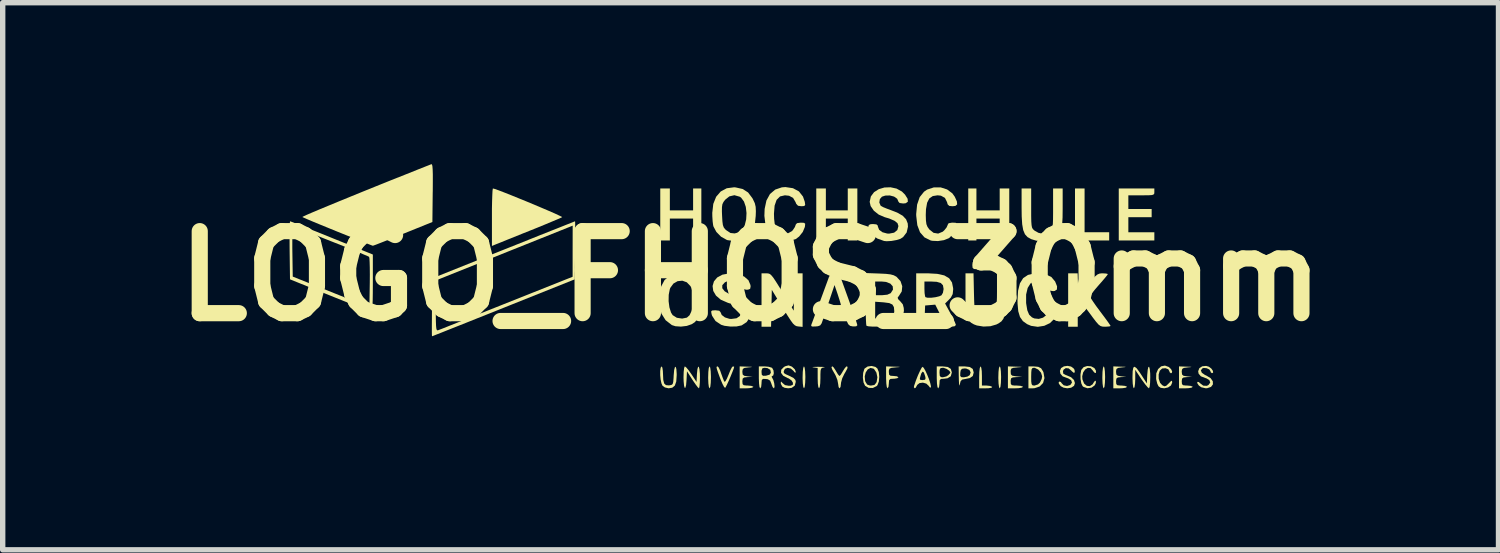
<source format=kicad_pcb>
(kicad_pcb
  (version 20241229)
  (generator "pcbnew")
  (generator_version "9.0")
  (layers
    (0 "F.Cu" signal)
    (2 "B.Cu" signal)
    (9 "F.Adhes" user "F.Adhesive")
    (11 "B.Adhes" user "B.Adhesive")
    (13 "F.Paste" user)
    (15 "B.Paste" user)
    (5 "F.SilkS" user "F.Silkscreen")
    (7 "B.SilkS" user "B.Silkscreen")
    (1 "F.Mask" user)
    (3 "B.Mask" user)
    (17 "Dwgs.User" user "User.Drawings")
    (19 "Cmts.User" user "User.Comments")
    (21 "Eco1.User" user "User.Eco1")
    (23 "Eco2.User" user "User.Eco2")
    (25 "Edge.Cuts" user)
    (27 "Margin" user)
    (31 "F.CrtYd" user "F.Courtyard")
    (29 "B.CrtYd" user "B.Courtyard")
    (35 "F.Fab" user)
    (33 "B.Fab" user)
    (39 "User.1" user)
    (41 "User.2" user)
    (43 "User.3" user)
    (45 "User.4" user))
  (footprint "LOGO_FHOS_30mm"
    (layer "F.Cu")
    (at 10.893 2.078)
    (property "Reference" "LOGO_FHOS_30mm" (at 0 0 0) (layer "F.SilkS") (effects (font (size 1.524 1.524) (thickness 0.3))))
    (attr board_only exclude_from_pos_files exclude_from_bom)
    (fp_poly (pts (xy 6.204 -0.814) (xy 6.661 -0.814) (xy 6.661 -0.661) (xy 6.026 -0.661) (xy 6.026 -1.627) (xy 6.204 -1.627)) (stroke (width 0) (type solid)) (fill yes) (layer "F.SilkS"))
    (fp_poly (pts (xy -1.5 -1.22) (xy -1.068 -1.22) (xy -1.068 -1.627) (xy -0.915 -1.627) (xy -0.915 -0.661) (xy -1.068 -0.661) (xy -1.068 -1.068) (xy -1.5 -1.068) (xy -1.5 -0.661) (xy -1.678 -0.661) (xy -1.678 -1.627) (xy -1.5 -1.627)) (stroke (width 0) (type solid)) (fill yes) (layer "F.SilkS"))
    (fp_poly (pts (xy 1.398 -1.22) (xy 1.805 -1.22) (xy 1.805 -1.627) (xy 1.983 -1.627) (xy 1.983 -0.661) (xy 1.805 -0.661) (xy 1.805 -1.068) (xy 1.398 -1.068) (xy 1.398 -0.661) (xy 1.22 -0.661) (xy 1.22 -1.627) (xy 1.398 -1.627)) (stroke (width 0) (type solid)) (fill yes) (layer "F.SilkS"))
    (fp_poly (pts (xy 4.195 -1.22) (xy 4.627 -1.22) (xy 4.627 -1.627) (xy 4.805 -1.627) (xy 4.805 -0.661) (xy 4.627 -0.661) (xy 4.627 -1.068) (xy 4.195 -1.068) (xy 4.195 -0.661) (xy 4.043 -0.661) (xy 4.043 -1.627) (xy 4.195 -1.627)) (stroke (width 0) (type solid)) (fill yes) (layer "F.SilkS"))
    (fp_poly (pts (xy 4.268 -0.275) (xy 4.292 -0.254) (xy 4.297 -0.203) (xy 4.292 -0.152) (xy 4.267 -0.131) (xy 4.208 -0.127) (xy 4.148 -0.131) (xy 4.124 -0.153) (xy 4.119 -0.203) (xy 4.124 -0.255) (xy 4.149 -0.276) (xy 4.208 -0.28)) (stroke (width 0) (type solid)) (fill yes) (layer "F.SilkS"))
    (fp_poly (pts (xy 4.573 -0.275) (xy 4.597 -0.254) (xy 4.602 -0.203) (xy 4.597 -0.152) (xy 4.572 -0.131) (xy 4.513 -0.127) (xy 4.453 -0.131) (xy 4.429 -0.153) (xy 4.424 -0.203) (xy 4.429 -0.255) (xy 4.454 -0.276) (xy 4.513 -0.28)) (stroke (width 0) (type solid)) (fill yes) (layer "F.SilkS"))
    (fp_poly (pts (xy -0.75 1.702) (xy -0.741 1.767) (xy -0.737 1.863) (xy -0.737 1.881) (xy -0.74 1.982) (xy -0.748 2.053) (xy -0.76 2.084) (xy -0.763 2.085) (xy -0.775 2.061) (xy -0.784 1.996) (xy -0.788 1.9) (xy -0.788 1.881) (xy -0.785 1.781) (xy -0.777 1.71) (xy -0.765 1.679) (xy -0.763 1.678)) (stroke (width 0) (type solid)) (fill yes) (layer "F.SilkS"))
    (fp_poly (pts (xy 1.004 1.702) (xy 1.013 1.767) (xy 1.017 1.863) (xy 1.017 1.881) (xy 1.014 1.982) (xy 1.006 2.053) (xy 0.994 2.084) (xy 0.992 2.085) (xy 0.979 2.061) (xy 0.97 1.996) (xy 0.966 1.9) (xy 0.966 1.881) (xy 0.969 1.781) (xy 0.977 1.71) (xy 0.989 1.679) (xy 0.992 1.678)) (stroke (width 0) (type solid)) (fill yes) (layer "F.SilkS"))
    (fp_poly (pts (xy 4.64 1.702) (xy 4.649 1.767) (xy 4.653 1.863) (xy 4.653 1.881) (xy 4.65 1.982) (xy 4.642 2.053) (xy 4.63 2.084) (xy 4.627 2.085) (xy 4.615 2.061) (xy 4.606 1.996) (xy 4.602 1.9) (xy 4.602 1.881) (xy 4.605 1.781) (xy 4.613 1.71) (xy 4.625 1.679) (xy 4.627 1.678)) (stroke (width 0) (type solid)) (fill yes) (layer "F.SilkS"))
    (fp_poly (pts (xy 6.572 1.702) (xy 6.581 1.767) (xy 6.585 1.863) (xy 6.585 1.881) (xy 6.582 1.982) (xy 6.574 2.053) (xy 6.562 2.084) (xy 6.56 2.085) (xy 6.547 2.061) (xy 6.538 1.996) (xy 6.534 1.9) (xy 6.534 1.881) (xy 6.537 1.781) (xy 6.545 1.71) (xy 6.557 1.679) (xy 6.56 1.678)) (stroke (width 0) (type solid)) (fill yes) (layer "F.SilkS"))
    (fp_poly (pts (xy 4.285 1.702) (xy 4.294 1.765) (xy 4.297 1.856) (xy 4.297 2.034) (xy 4.384 2.034) (xy 4.448 2.041) (xy 4.486 2.057) (xy 4.488 2.059) (xy 4.475 2.075) (xy 4.418 2.084) (xy 4.375 2.085) (xy 4.246 2.085) (xy 4.246 1.881) (xy 4.249 1.781) (xy 4.257 1.71) (xy 4.269 1.679) (xy 4.271 1.678)) (stroke (width 0) (type solid)) (fill yes) (layer "F.SilkS"))
    (fp_poly (pts (xy 7.5 -1.564) (xy 7.499 -1.534) (xy 7.487 -1.516) (xy 7.457 -1.505) (xy 7.397 -1.501) (xy 7.3 -1.5) (xy 7.259 -1.5) (xy 7.017 -1.5) (xy 7.017 -1.246) (xy 7.45 -1.246) (xy 7.45 -1.093) (xy 7.017 -1.093) (xy 7.017 -0.814) (xy 7.5 -0.814) (xy 7.5 -0.661) (xy 6.839 -0.661) (xy 6.839 -1.627) (xy 7.5 -1.627)) (stroke (width 0) (type solid)) (fill yes) (layer "F.SilkS"))
    (fp_poly (pts (xy 1.335 1.687) (xy 1.375 1.69) (xy 1.373 1.695) (xy 1.367 1.696) (xy 1.331 1.704) (xy 1.31 1.721) (xy 1.3 1.758) (xy 1.297 1.827) (xy 1.297 1.896) (xy 1.294 1.991) (xy 1.285 2.058) (xy 1.272 2.085) (xy 1.271 2.085) (xy 1.258 2.061) (xy 1.249 1.997) (xy 1.246 1.904) (xy 1.246 1.896) (xy 1.246 1.707) (xy 1.163 1.696) (xy 1.145 1.692) (xy 1.173 1.688) (xy 1.239 1.686) (xy 1.259 1.686)) (stroke (width 0) (type solid)) (fill yes) (layer "F.SilkS"))
    (fp_poly (pts (xy 0.325 -0.049) (xy 0.354 -0.04) (xy 0.383 -0.017) (xy 0.419 0.026) (xy 0.466 0.096) (xy 0.53 0.198) (xy 0.59 0.296) (xy 0.801 0.643) (xy 0.815 -0.051) (xy 0.966 -0.051) (xy 0.966 0.944) (xy 0.884 0.936) (xy 0.851 0.93) (xy 0.821 0.914) (xy 0.787 0.882) (xy 0.746 0.826) (xy 0.691 0.742) (xy 0.616 0.621) (xy 0.598 0.592) (xy 0.394 0.256) (xy 0.387 0.599) (xy 0.38 0.941) (xy 0.203 0.941) (xy 0.203 -0.051) (xy 0.291 -0.051)) (stroke (width 0) (type solid)) (fill yes) (layer "F.SilkS"))
    (fp_poly (pts (xy -0.306 1.684) (xy -0.305 1.685) (xy -0.314 1.72) (xy -0.339 1.785) (xy -0.372 1.866) (xy -0.408 1.95) (xy -0.441 2.021) (xy -0.466 2.068) (xy -0.474 2.077) (xy -0.493 2.059) (xy -0.522 2.004) (xy -0.557 1.922) (xy -0.566 1.899) (xy -0.604 1.795) (xy -0.626 1.73) (xy -0.633 1.695) (xy -0.627 1.681) (xy -0.612 1.678) (xy -0.592 1.7) (xy -0.565 1.757) (xy -0.546 1.812) (xy -0.518 1.889) (xy -0.495 1.947) (xy -0.484 1.965) (xy -0.467 1.954) (xy -0.44 1.905) (xy -0.409 1.832) (xy -0.377 1.753) (xy -0.348 1.697) (xy -0.329 1.678)) (stroke (width 0) (type solid)) (fill yes) (layer "F.SilkS"))
    (fp_poly (pts (xy -0.07 1.683) (xy 0.004 1.685) (xy 0.03 1.688) (xy 0.009 1.692) (xy -0.044 1.697) (xy -0.112 1.706) (xy -0.144 1.725) (xy -0.152 1.763) (xy -0.153 1.78) (xy -0.147 1.829) (xy -0.12 1.852) (xy -0.057 1.863) (xy -0.057 1.863) (xy 0.038 1.873) (xy -0.057 1.877) (xy -0.12 1.884) (xy -0.147 1.905) (xy -0.153 1.952) (xy -0.153 1.958) (xy -0.149 2.007) (xy -0.127 2.028) (xy -0.073 2.034) (xy -0.051 2.034) (xy 0.013 2.04) (xy 0.048 2.054) (xy 0.051 2.059) (xy 0.028 2.074) (xy -0.03 2.083) (xy -0.076 2.085) (xy -0.203 2.085) (xy -0.203 1.678)) (stroke (width 0) (type solid)) (fill yes) (layer "F.SilkS"))
    (fp_poly (pts (xy 2.663 1.683) (xy 2.743 1.685) (xy 2.775 1.688) (xy 2.759 1.691) (xy 2.699 1.696) (xy 2.689 1.697) (xy 2.616 1.705) (xy 2.58 1.72) (xy 2.569 1.752) (xy 2.568 1.781) (xy 2.573 1.832) (xy 2.599 1.852) (xy 2.657 1.856) (xy 2.716 1.862) (xy 2.745 1.878) (xy 2.746 1.881) (xy 2.724 1.898) (xy 2.669 1.907) (xy 2.657 1.907) (xy 2.597 1.911) (xy 2.573 1.933) (xy 2.568 1.989) (xy 2.568 1.996) (xy 2.562 2.055) (xy 2.546 2.084) (xy 2.543 2.085) (xy 2.53 2.061) (xy 2.521 1.996) (xy 2.517 1.9) (xy 2.517 1.881) (xy 2.517 1.678)) (stroke (width 0) (type solid)) (fill yes) (layer "F.SilkS"))
    (fp_poly (pts (xy 4.07 1.689) (xy 4.126 1.725) (xy 4.144 1.789) (xy 4.144 1.794) (xy 4.127 1.857) (xy 4.072 1.895) (xy 3.992 1.911) (xy 3.93 1.923) (xy 3.901 1.954) (xy 3.887 2.009) (xy 3.879 2.036) (xy 3.873 2.013) (xy 3.869 1.94) (xy 3.868 1.888) (xy 3.867 1.855) (xy 3.894 1.855) (xy 3.914 1.878) (xy 3.962 1.881) (xy 4.027 1.868) (xy 4.07 1.841) (xy 4.088 1.79) (xy 4.065 1.745) (xy 4.008 1.719) (xy 3.976 1.716) (xy 3.925 1.723) (xy 3.902 1.754) (xy 3.895 1.799) (xy 3.894 1.855) (xy 3.867 1.855) (xy 3.865 1.678) (xy 3.974 1.678)) (stroke (width 0) (type solid)) (fill yes) (layer "F.SilkS"))
    (fp_poly (pts (xy 6.871 1.683) (xy 6.945 1.685) (xy 6.971 1.688) (xy 6.95 1.692) (xy 6.897 1.697) (xy 6.829 1.706) (xy 6.797 1.725) (xy 6.789 1.763) (xy 6.789 1.78) (xy 6.794 1.829) (xy 6.821 1.852) (xy 6.884 1.863) (xy 6.884 1.863) (xy 6.979 1.873) (xy 6.884 1.877) (xy 6.821 1.884) (xy 6.795 1.905) (xy 6.789 1.952) (xy 6.789 1.958) (xy 6.793 2.007) (xy 6.814 2.028) (xy 6.868 2.034) (xy 6.89 2.034) (xy 6.954 2.04) (xy 6.989 2.054) (xy 6.992 2.059) (xy 6.969 2.074) (xy 6.911 2.083) (xy 6.865 2.085) (xy 6.738 2.085) (xy 6.738 1.678)) (stroke (width 0) (type solid)) (fill yes) (layer "F.SilkS"))
    (fp_poly (pts (xy 7.172 1.714) (xy 7.229 1.791) (xy 7.259 1.837) (xy 7.361 1.995) (xy 7.368 1.836) (xy 7.377 1.739) (xy 7.389 1.689) (xy 7.403 1.686) (xy 7.415 1.726) (xy 7.423 1.809) (xy 7.424 1.881) (xy 7.421 1.979) (xy 7.414 2.05) (xy 7.402 2.084) (xy 7.399 2.085) (xy 7.375 2.065) (xy 7.331 2.013) (xy 7.276 1.938) (xy 7.259 1.914) (xy 7.145 1.742) (xy 7.145 1.914) (xy 7.141 2.002) (xy 7.132 2.063) (xy 7.119 2.085) (xy 7.107 2.061) (xy 7.098 1.996) (xy 7.094 1.9) (xy 7.094 1.881) (xy 7.097 1.767) (xy 7.109 1.701) (xy 7.133 1.684)) (stroke (width 0) (type solid)) (fill yes) (layer "F.SilkS"))
    (fp_poly (pts (xy 8.092 1.683) (xy 8.166 1.685) (xy 8.191 1.688) (xy 8.17 1.692) (xy 8.117 1.697) (xy 8.049 1.706) (xy 8.018 1.725) (xy 8.009 1.763) (xy 8.009 1.78) (xy 8.015 1.829) (xy 8.041 1.852) (xy 8.104 1.863) (xy 8.104 1.863) (xy 8.2 1.873) (xy 8.104 1.877) (xy 8.042 1.884) (xy 8.015 1.905) (xy 8.009 1.952) (xy 8.009 1.958) (xy 8.013 2.007) (xy 8.035 2.028) (xy 8.089 2.034) (xy 8.111 2.034) (xy 8.174 2.04) (xy 8.21 2.054) (xy 8.212 2.059) (xy 8.19 2.074) (xy 8.131 2.083) (xy 8.085 2.085) (xy 7.958 2.085) (xy 7.958 1.678)) (stroke (width 0) (type solid)) (fill yes) (layer "F.SilkS"))
    (fp_poly (pts (xy -1.639 1.701) (xy -1.63 1.761) (xy -1.627 1.824) (xy -1.622 1.931) (xy -1.605 1.996) (xy -1.572 2.026) (xy -1.518 2.031) (xy -1.51 2.03) (xy -1.471 2.023) (xy -1.448 2.006) (xy -1.437 1.966) (xy -1.431 1.893) (xy -1.429 1.85) (xy -1.42 1.747) (xy -1.406 1.692) (xy -1.392 1.685) (xy -1.379 1.727) (xy -1.373 1.818) (xy -1.373 1.842) (xy -1.381 1.959) (xy -1.407 2.034) (xy -1.455 2.074) (xy -1.523 2.085) (xy -1.592 2.069) (xy -1.636 2.038) (xy -1.656 1.994) (xy -1.671 1.924) (xy -1.679 1.842) (xy -1.679 1.764) (xy -1.671 1.704) (xy -1.654 1.678) (xy -1.653 1.678)) (stroke (width 0) (type solid)) (fill yes) (layer "F.SilkS"))
    (fp_poly (pts (xy -1.195 1.698) (xy -1.152 1.749) (xy -1.1 1.822) (xy -1.1 1.822) (xy -1.004 1.967) (xy -0.997 1.822) (xy -0.988 1.73) (xy -0.975 1.686) (xy -0.962 1.686) (xy -0.95 1.729) (xy -0.942 1.811) (xy -0.941 1.881) (xy -0.943 1.976) (xy -0.949 2.047) (xy -0.957 2.083) (xy -0.96 2.085) (xy -0.982 2.065) (xy -1.022 2.012) (xy -1.073 1.938) (xy -1.081 1.926) (xy -1.182 1.768) (xy -1.19 1.927) (xy -1.198 2.024) (xy -1.211 2.074) (xy -1.224 2.077) (xy -1.236 2.037) (xy -1.244 1.954) (xy -1.246 1.881) (xy -1.243 1.782) (xy -1.235 1.711) (xy -1.223 1.679) (xy -1.221 1.678)) (stroke (width 0) (type solid)) (fill yes) (layer "F.SilkS"))
    (fp_poly (pts (xy 1.802 1.687) (xy 1.796 1.72) (xy 1.762 1.783) (xy 1.741 1.818) (xy 1.702 1.899) (xy 1.68 1.98) (xy 1.678 2.002) (xy 1.671 2.058) (xy 1.655 2.085) (xy 1.653 2.085) (xy 1.635 2.063) (xy 1.627 2.008) (xy 1.626 2.002) (xy 1.612 1.929) (xy 1.578 1.845) (xy 1.563 1.818) (xy 1.518 1.74) (xy 1.502 1.696) (xy 1.512 1.679) (xy 1.52 1.678) (xy 1.543 1.698) (xy 1.577 1.749) (xy 1.587 1.767) (xy 1.621 1.823) (xy 1.647 1.854) (xy 1.651 1.856) (xy 1.672 1.836) (xy 1.704 1.786) (xy 1.714 1.767) (xy 1.75 1.711) (xy 1.778 1.68) (xy 1.784 1.678)) (stroke (width 0) (type solid)) (fill yes) (layer "F.SilkS"))
    (fp_poly (pts (xy 4.926 1.683) (xy 5.006 1.685) (xy 5.038 1.688) (xy 5.022 1.691) (xy 4.962 1.696) (xy 4.952 1.697) (xy 4.879 1.705) (xy 4.843 1.72) (xy 4.832 1.752) (xy 4.831 1.78) (xy 4.835 1.826) (xy 4.859 1.85) (xy 4.914 1.86) (xy 4.939 1.863) (xy 5.047 1.873) (xy 4.939 1.877) (xy 4.871 1.883) (xy 4.84 1.899) (xy 4.831 1.936) (xy 4.831 1.958) (xy 4.834 2.005) (xy 4.853 2.027) (xy 4.902 2.034) (xy 4.945 2.034) (xy 5.013 2.039) (xy 5.054 2.052) (xy 5.06 2.059) (xy 5.037 2.073) (xy 4.977 2.083) (xy 4.92 2.085) (xy 4.78 2.085) (xy 4.78 1.678)) (stroke (width 0) (type solid)) (fill yes) (layer "F.SilkS"))
    (fp_poly (pts (xy 5.257 1.678) (xy 5.343 1.686) (xy 5.396 1.713) (xy 5.432 1.77) (xy 5.441 1.791) (xy 5.459 1.896) (xy 5.433 1.986) (xy 5.37 2.051) (xy 5.276 2.083) (xy 5.245 2.085) (xy 5.161 2.085) (xy 5.161 1.869) (xy 5.212 1.869) (xy 5.213 1.958) (xy 5.22 2.007) (xy 5.236 2.029) (xy 5.265 2.034) (xy 5.274 2.034) (xy 5.338 2.013) (xy 5.376 1.978) (xy 5.407 1.912) (xy 5.416 1.863) (xy 5.395 1.795) (xy 5.343 1.737) (xy 5.279 1.705) (xy 5.263 1.704) (xy 5.236 1.709) (xy 5.22 1.732) (xy 5.214 1.784) (xy 5.212 1.869) (xy 5.161 1.869) (xy 5.161 1.678)) (stroke (width 0) (type solid)) (fill yes) (layer "F.SilkS"))
    (fp_poly (pts (xy -4.753 -1.618) (xy -4.681 -1.593) (xy -4.58 -1.554) (xy -4.456 -1.505) (xy -4.316 -1.448) (xy -4.168 -1.388) (xy -4.019 -1.326) (xy -3.875 -1.265) (xy -3.746 -1.21) (xy -3.636 -1.162) (xy -3.555 -1.124) (xy -3.508 -1.101) (xy -3.501 -1.094) (xy -3.529 -1.08) (xy -3.598 -1.05) (xy -3.701 -1.007) (xy -3.83 -0.953) (xy -3.979 -0.892) (xy -4.081 -0.851) (xy -4.244 -0.786) (xy -4.395 -0.725) (xy -4.527 -0.672) (xy -4.632 -0.629) (xy -4.702 -0.601) (xy -4.723 -0.593) (xy -4.805 -0.559) (xy -4.805 -1.093) (xy -4.805 -1.252) (xy -4.802 -1.391) (xy -4.798 -1.505) (xy -4.794 -1.585) (xy -4.788 -1.625) (xy -4.786 -1.627)) (stroke (width 0) (type solid)) (fill yes) (layer "F.SilkS"))
    (fp_poly (pts (xy 6.325 1.677) (xy 6.386 1.709) (xy 6.415 1.757) (xy 6.416 1.798) (xy 6.395 1.8) (xy 6.363 1.766) (xy 6.356 1.754) (xy 6.314 1.709) (xy 6.264 1.705) (xy 6.216 1.734) (xy 6.178 1.789) (xy 6.16 1.862) (xy 6.164 1.919) (xy 6.195 1.996) (xy 6.245 2.039) (xy 6.302 2.045) (xy 6.353 2.011) (xy 6.374 1.976) (xy 6.398 1.944) (xy 6.414 1.949) (xy 6.413 1.987) (xy 6.392 2.03) (xy 6.334 2.073) (xy 6.258 2.084) (xy 6.186 2.06) (xy 6.167 2.045) (xy 6.143 1.994) (xy 6.129 1.913) (xy 6.128 1.825) (xy 6.141 1.749) (xy 6.144 1.742) (xy 6.186 1.692) (xy 6.252 1.671)) (stroke (width 0) (type solid)) (fill yes) (layer "F.SilkS"))
    (fp_poly (pts (xy 2.32 1.688) (xy 2.355 1.717) (xy 2.382 1.783) (xy 2.39 1.871) (xy 2.382 1.96) (xy 2.356 2.028) (xy 2.343 2.043) (xy 2.271 2.079) (xy 2.192 2.077) (xy 2.127 2.038) (xy 2.098 1.977) (xy 2.086 1.89) (xy 2.087 1.865) (xy 2.12 1.865) (xy 2.127 1.946) (xy 2.133 1.964) (xy 2.166 2.016) (xy 2.22 2.034) (xy 2.237 2.034) (xy 2.3 2.023) (xy 2.335 1.98) (xy 2.342 1.964) (xy 2.355 1.879) (xy 2.337 1.793) (xy 2.294 1.728) (xy 2.282 1.719) (xy 2.226 1.707) (xy 2.176 1.734) (xy 2.138 1.791) (xy 2.12 1.865) (xy 2.087 1.865) (xy 2.091 1.799) (xy 2.113 1.726) (xy 2.119 1.717) (xy 2.174 1.68) (xy 2.249 1.67)) (stroke (width 0) (type solid)) (fill yes) (layer "F.SilkS"))
    (fp_poly (pts (xy 7.769 1.689) (xy 7.811 1.73) (xy 7.831 1.772) (xy 7.823 1.801) (xy 7.806 1.805) (xy 7.783 1.785) (xy 7.78 1.769) (xy 7.759 1.732) (xy 7.708 1.712) (xy 7.647 1.717) (xy 7.644 1.718) (xy 7.6 1.759) (xy 7.58 1.828) (xy 7.581 1.908) (xy 7.606 1.982) (xy 7.646 2.027) (xy 7.686 2.048) (xy 7.719 2.04) (xy 7.763 1.998) (xy 7.766 1.995) (xy 7.808 1.952) (xy 7.827 1.944) (xy 7.831 1.97) (xy 7.831 1.979) (xy 7.809 2.032) (xy 7.755 2.069) (xy 7.685 2.085) (xy 7.618 2.076) (xy 7.578 2.048) (xy 7.554 1.999) (xy 7.536 1.926) (xy 7.533 1.908) (xy 7.536 1.807) (xy 7.57 1.728) (xy 7.626 1.677) (xy 7.697 1.663)) (stroke (width 0) (type solid)) (fill yes) (layer "F.SilkS"))
    (fp_poly (pts (xy 3.214 1.703) (xy 3.245 1.755) (xy 3.279 1.829) (xy 3.312 1.911) (xy 3.337 1.988) (xy 3.35 2.046) (xy 3.35 2.066) (xy 3.333 2.073) (xy 3.309 2.04) (xy 3.264 1.998) (xy 3.201 1.98) (xy 3.138 1.988) (xy 3.095 2.022) (xy 3.089 2.034) (xy 3.066 2.075) (xy 3.048 2.085) (xy 3.033 2.065) (xy 3.037 2.04) (xy 3.071 1.941) (xy 3.086 1.902) (xy 3.144 1.902) (xy 3.15 1.927) (xy 3.185 1.932) (xy 3.196 1.932) (xy 3.24 1.926) (xy 3.25 1.898) (xy 3.243 1.862) (xy 3.22 1.793) (xy 3.196 1.775) (xy 3.172 1.807) (xy 3.16 1.843) (xy 3.144 1.902) (xy 3.086 1.902) (xy 3.109 1.844) (xy 3.147 1.761) (xy 3.177 1.704) (xy 3.194 1.686)) (stroke (width 0) (type solid)) (fill yes) (layer "F.SilkS"))
    (fp_poly (pts (xy 3.664 1.689) (xy 3.719 1.725) (xy 3.738 1.789) (xy 3.738 1.792) (xy 3.718 1.862) (xy 3.658 1.899) (xy 3.593 1.907) (xy 3.536 1.911) (xy 3.513 1.934) (xy 3.509 1.992) (xy 3.509 1.996) (xy 3.502 2.055) (xy 3.487 2.084) (xy 3.483 2.085) (xy 3.471 2.061) (xy 3.462 1.996) (xy 3.458 1.9) (xy 3.458 1.881) (xy 3.458 1.792) (xy 3.509 1.792) (xy 3.514 1.853) (xy 3.535 1.877) (xy 3.57 1.881) (xy 3.636 1.865) (xy 3.672 1.842) (xy 3.704 1.806) (xy 3.712 1.792) (xy 3.691 1.759) (xy 3.642 1.725) (xy 3.586 1.705) (xy 3.57 1.704) (xy 3.529 1.71) (xy 3.512 1.741) (xy 3.509 1.792) (xy 3.458 1.792) (xy 3.458 1.678) (xy 3.567 1.678)) (stroke (width 0) (type solid)) (fill yes) (layer "F.SilkS"))
    (fp_poly (pts (xy 4.149 0.317) (xy 4.153 0.463) (xy 4.158 0.567) (xy 4.165 0.638) (xy 4.176 0.685) (xy 4.191 0.716) (xy 4.21 0.738) (xy 4.287 0.782) (xy 4.388 0.793) (xy 4.465 0.779) (xy 4.507 0.756) (xy 4.537 0.714) (xy 4.558 0.645) (xy 4.57 0.543) (xy 4.576 0.402) (xy 4.577 0.291) (xy 4.577 -0.051) (xy 4.759 -0.051) (xy 4.75 0.337) (xy 4.745 0.508) (xy 4.736 0.635) (xy 4.72 0.728) (xy 4.695 0.794) (xy 4.659 0.842) (xy 4.608 0.878) (xy 4.565 0.9) (xy 4.454 0.932) (xy 4.325 0.938) (xy 4.203 0.918) (xy 4.149 0.898) (xy 4.094 0.866) (xy 4.053 0.825) (xy 4.024 0.769) (xy 4.006 0.69) (xy 3.996 0.58) (xy 3.992 0.431) (xy 3.992 0.332) (xy 3.992 -0.051) (xy 4.141 -0.051)) (stroke (width 0) (type solid)) (fill yes) (layer "F.SilkS"))
    (fp_poly (pts (xy 8.513 1.684) (xy 8.558 1.718) (xy 8.587 1.759) (xy 8.592 1.793) (xy 8.57 1.805) (xy 8.546 1.785) (xy 8.543 1.768) (xy 8.521 1.735) (xy 8.472 1.712) (xy 8.417 1.707) (xy 8.392 1.715) (xy 8.364 1.752) (xy 8.382 1.796) (xy 8.44 1.837) (xy 8.467 1.849) (xy 8.546 1.897) (xy 8.586 1.955) (xy 8.588 2.012) (xy 8.553 2.059) (xy 8.482 2.083) (xy 8.455 2.085) (xy 8.372 2.066) (xy 8.327 2.034) (xy 8.298 1.991) (xy 8.298 1.966) (xy 8.325 1.968) (xy 8.346 1.988) (xy 8.409 2.036) (xy 8.476 2.039) (xy 8.506 2.023) (xy 8.538 1.979) (xy 8.523 1.935) (xy 8.469 1.901) (xy 8.45 1.895) (xy 8.364 1.862) (xy 8.322 1.813) (xy 8.314 1.768) (xy 8.336 1.711) (xy 8.39 1.676) (xy 8.462 1.669)) (stroke (width 0) (type solid)) (fill yes) (layer "F.SilkS"))
    (fp_poly (pts (xy 5.953 1.681) (xy 6.004 1.719) (xy 6.017 1.742) (xy 6.023 1.788) (xy 6.002 1.797) (xy 5.966 1.767) (xy 5.959 1.758) (xy 5.909 1.716) (xy 5.855 1.71) (xy 5.814 1.738) (xy 5.802 1.77) (xy 5.809 1.814) (xy 5.855 1.839) (xy 5.866 1.842) (xy 5.953 1.879) (xy 6.007 1.931) (xy 6.025 1.988) (xy 6.008 2.039) (xy 5.954 2.074) (xy 5.883 2.085) (xy 5.812 2.073) (xy 5.761 2.045) (xy 5.729 2.003) (xy 5.721 1.981) (xy 5.735 1.959) (xy 5.763 1.968) (xy 5.779 1.992) (xy 5.817 2.03) (xy 5.878 2.042) (xy 5.937 2.024) (xy 5.94 2.022) (xy 5.97 1.979) (xy 5.955 1.935) (xy 5.9 1.901) (xy 5.882 1.895) (xy 5.797 1.863) (xy 5.755 1.814) (xy 5.746 1.763) (xy 5.767 1.71) (xy 5.819 1.678) (xy 5.886 1.668)) (stroke (width 0) (type solid)) (fill yes) (layer "F.SilkS"))
    (fp_poly (pts (xy -5.919 -2.073) (xy -5.911 -2.043) (xy -5.906 -1.984) (xy -5.903 -1.891) (xy -5.903 -1.758) (xy -5.904 -1.581) (xy -5.905 -1.548) (xy -5.911 -1.004) (xy -6.458 -0.783) (xy -6.614 -0.72) (xy -6.753 -0.664) (xy -6.87 -0.618) (xy -6.957 -0.584) (xy -7.007 -0.566) (xy -7.017 -0.563) (xy -7.043 -0.572) (xy -7.11 -0.598) (xy -7.212 -0.639) (xy -7.342 -0.691) (xy -7.494 -0.752) (xy -7.663 -0.82) (xy -7.671 -0.823) (xy -7.84 -0.892) (xy -7.994 -0.955) (xy -8.125 -1.009) (xy -8.229 -1.053) (xy -8.298 -1.083) (xy -8.326 -1.097) (xy -8.327 -1.097) (xy -8.306 -1.109) (xy -8.243 -1.138) (xy -8.141 -1.182) (xy -8.004 -1.24) (xy -7.837 -1.309) (xy -7.643 -1.389) (xy -7.428 -1.477) (xy -7.195 -1.572) (xy -6.948 -1.672) (xy -6.692 -1.775) (xy -6.43 -1.879) (xy -6.168 -1.984) (xy -5.93 -2.078)) (stroke (width 0) (type solid)) (fill yes) (layer "F.SilkS"))
    (fp_poly (pts (xy 0.76 1.679) (xy 0.774 1.688) (xy 0.82 1.731) (xy 0.838 1.774) (xy 0.832 1.799) (xy 0.813 1.783) (xy 0.796 1.761) (xy 0.747 1.718) (xy 0.689 1.705) (xy 0.641 1.722) (xy 0.626 1.744) (xy 0.614 1.779) (xy 0.621 1.803) (xy 0.655 1.825) (xy 0.725 1.856) (xy 0.798 1.894) (xy 0.832 1.93) (xy 0.839 1.964) (xy 0.82 2.037) (xy 0.763 2.077) (xy 0.699 2.085) (xy 0.633 2.076) (xy 0.59 2.054) (xy 0.563 2.005) (xy 0.56 1.984) (xy 0.565 1.959) (xy 0.584 1.976) (xy 0.593 1.987) (xy 0.64 2.026) (xy 0.709 2.038) (xy 0.745 2.037) (xy 0.784 2.02) (xy 0.787 1.983) (xy 0.761 1.94) (xy 0.71 1.903) (xy 0.688 1.895) (xy 0.605 1.851) (xy 0.565 1.797) (xy 0.569 1.74) (xy 0.619 1.689) (xy 0.647 1.674) (xy 0.705 1.659)) (stroke (width 0) (type solid)) (fill yes) (layer "F.SilkS"))
    (fp_poly (pts (xy 5.212 -1.26) (xy 5.212 -1.117) (xy 5.214 -1.016) (xy 5.219 -0.948) (xy 5.227 -0.904) (xy 5.242 -0.875) (xy 5.263 -0.854) (xy 5.279 -0.841) (xy 5.348 -0.803) (xy 5.416 -0.788) (xy 5.485 -0.804) (xy 5.552 -0.841) (xy 5.578 -0.863) (xy 5.596 -0.886) (xy 5.608 -0.92) (xy 5.615 -0.974) (xy 5.618 -1.055) (xy 5.619 -1.174) (xy 5.619 -1.26) (xy 5.619 -1.627) (xy 5.797 -1.627) (xy 5.797 -1.257) (xy 5.795 -1.084) (xy 5.787 -0.954) (xy 5.772 -0.859) (xy 5.748 -0.791) (xy 5.712 -0.744) (xy 5.662 -0.709) (xy 5.65 -0.703) (xy 5.544 -0.666) (xy 5.42 -0.649) (xy 5.309 -0.657) (xy 5.301 -0.659) (xy 5.212 -0.686) (xy 5.144 -0.724) (xy 5.096 -0.777) (xy 5.064 -0.854) (xy 5.045 -0.962) (xy 5.036 -1.107) (xy 5.034 -1.27) (xy 5.034 -1.627) (xy 5.212 -1.627)) (stroke (width 0) (type solid)) (fill yes) (layer "F.SilkS"))
    (fp_poly (pts (xy -1.146 -0.032) (xy -1.033 0.027) (xy -0.953 0.124) (xy -0.905 0.26) (xy -0.89 0.433) (xy -0.906 0.613) (xy -0.954 0.754) (xy -1.034 0.855) (xy -1.093 0.894) (xy -1.185 0.926) (xy -1.294 0.939) (xy -1.396 0.932) (xy -1.462 0.911) (xy -1.579 0.82) (xy -1.657 0.696) (xy -1.695 0.54) (xy -1.695 0.467) (xy -1.523 0.467) (xy -1.508 0.582) (xy -1.478 0.678) (xy -1.448 0.726) (xy -1.37 0.775) (xy -1.272 0.79) (xy -1.183 0.772) (xy -1.134 0.728) (xy -1.096 0.648) (xy -1.073 0.543) (xy -1.065 0.428) (xy -1.074 0.316) (xy -1.101 0.218) (xy -1.117 0.187) (xy -1.185 0.116) (xy -1.268 0.086) (xy -1.356 0.095) (xy -1.434 0.14) (xy -1.492 0.22) (xy -1.501 0.245) (xy -1.521 0.348) (xy -1.523 0.467) (xy -1.695 0.467) (xy -1.694 0.353) (xy -1.694 0.351) (xy -1.661 0.192) (xy -1.598 0.074) (xy -1.504 -0.005) (xy -1.378 -0.045) (xy -1.291 -0.051)) (stroke (width 0) (type solid)) (fill yes) (layer "F.SilkS"))
    (fp_poly (pts (xy 0.337 1.685) (xy 0.392 1.702) (xy 0.402 1.709) (xy 0.425 1.752) (xy 0.431 1.805) (xy 0.421 1.846) (xy 0.404 1.856) (xy 0.389 1.869) (xy 0.4 1.888) (xy 0.423 1.933) (xy 0.439 1.993) (xy 0.445 2.049) (xy 0.438 2.082) (xy 0.432 2.085) (xy 0.41 2.063) (xy 0.389 2.01) (xy 0.387 2.002) (xy 0.363 1.943) (xy 0.32 1.917) (xy 0.285 1.912) (xy 0.231 1.91) (xy 0.208 1.93) (xy 0.203 1.984) (xy 0.203 1.994) (xy 0.197 2.054) (xy 0.182 2.084) (xy 0.178 2.085) (xy 0.165 2.061) (xy 0.157 1.996) (xy 0.153 1.9) (xy 0.153 1.881) (xy 0.153 1.781) (xy 0.203 1.781) (xy 0.208 1.834) (xy 0.232 1.853) (xy 0.286 1.851) (xy 0.353 1.832) (xy 0.377 1.796) (xy 0.366 1.742) (xy 0.314 1.71) (xy 0.261 1.704) (xy 0.22 1.713) (xy 0.205 1.751) (xy 0.203 1.781) (xy 0.153 1.781) (xy 0.153 1.678) (xy 0.262 1.678)) (stroke (width 0) (type solid)) (fill yes) (layer "F.SilkS"))
    (fp_poly (pts (xy 3.467 -0.041) (xy 3.598 -0.012) (xy 3.688 0.041) (xy 3.741 0.119) (xy 3.762 0.224) (xy 3.763 0.249) (xy 3.754 0.335) (xy 3.72 0.4) (xy 3.688 0.435) (xy 3.613 0.51) (xy 3.713 0.694) (xy 3.76 0.783) (xy 3.795 0.857) (xy 3.812 0.903) (xy 3.813 0.909) (xy 3.791 0.932) (xy 3.728 0.941) (xy 3.725 0.941) (xy 3.682 0.938) (xy 3.649 0.925) (xy 3.619 0.893) (xy 3.583 0.832) (xy 3.533 0.736) (xy 3.43 0.531) (xy 3.336 0.539) (xy 3.242 0.547) (xy 3.234 0.744) (xy 3.227 0.941) (xy 3.076 0.941) (xy 3.076 0.237) (xy 3.229 0.237) (xy 3.232 0.317) (xy 3.241 0.375) (xy 3.248 0.392) (xy 3.287 0.403) (xy 3.355 0.403) (xy 3.434 0.393) (xy 3.505 0.376) (xy 3.546 0.357) (xy 3.573 0.31) (xy 3.585 0.242) (xy 3.585 0.239) (xy 3.573 0.171) (xy 3.533 0.129) (xy 3.457 0.107) (xy 3.358 0.102) (xy 3.229 0.102) (xy 3.229 0.237) (xy 3.076 0.237) (xy 3.076 -0.051) (xy 3.293 -0.051)) (stroke (width 0) (type solid)) (fill yes) (layer "F.SilkS"))
    (fp_poly (pts (xy 1.814 0.417) (xy 1.866 0.563) (xy 1.912 0.693) (xy 1.948 0.8) (xy 1.973 0.876) (xy 1.983 0.913) (xy 1.983 0.914) (xy 1.961 0.934) (xy 1.901 0.936) (xy 1.848 0.925) (xy 1.813 0.894) (xy 1.784 0.831) (xy 1.777 0.814) (xy 1.735 0.699) (xy 1.383 0.684) (xy 1.345 0.806) (xy 1.319 0.879) (xy 1.293 0.916) (xy 1.251 0.932) (xy 1.21 0.936) (xy 1.148 0.938) (xy 1.125 0.928) (xy 1.13 0.898) (xy 1.13 0.898) (xy 1.145 0.86) (xy 1.173 0.784) (xy 1.211 0.68) (xy 1.256 0.559) (xy 1.427 0.559) (xy 1.553 0.559) (xy 1.625 0.556) (xy 1.67 0.546) (xy 1.678 0.539) (xy 1.67 0.506) (xy 1.65 0.439) (xy 1.622 0.352) (xy 1.619 0.342) (xy 1.559 0.167) (xy 1.493 0.363) (xy 1.427 0.559) (xy 1.256 0.559) (xy 1.256 0.558) (xy 1.305 0.428) (xy 1.352 0.3) (xy 1.395 0.183) (xy 1.43 0.088) (xy 1.453 0.024) (xy 1.455 0.019) (xy 1.483 -0.031) (xy 1.533 -0.05) (xy 1.562 -0.051) (xy 1.645 -0.051)) (stroke (width 0) (type solid)) (fill yes) (layer "F.SilkS"))
    (fp_poly (pts (xy 5.479 -0.034) (xy 5.587 0.018) (xy 5.657 0.101) (xy 5.693 0.191) (xy 5.69 0.25) (xy 5.649 0.277) (xy 5.619 0.28) (xy 5.563 0.271) (xy 5.527 0.234) (xy 5.507 0.192) (xy 5.468 0.127) (xy 5.412 0.095) (xy 5.379 0.088) (xy 5.279 0.09) (xy 5.201 0.135) (xy 5.147 0.221) (xy 5.118 0.343) (xy 5.118 0.497) (xy 5.12 0.515) (xy 5.14 0.636) (xy 5.174 0.717) (xy 5.226 0.767) (xy 5.27 0.787) (xy 5.353 0.796) (xy 5.432 0.773) (xy 5.492 0.726) (xy 5.517 0.661) (xy 5.517 0.657) (xy 5.529 0.625) (xy 5.571 0.612) (xy 5.609 0.61) (xy 5.67 0.613) (xy 5.692 0.63) (xy 5.689 0.676) (xy 5.685 0.691) (xy 5.641 0.795) (xy 5.561 0.874) (xy 5.455 0.924) (xy 5.335 0.943) (xy 5.211 0.925) (xy 5.138 0.894) (xy 5.058 0.837) (xy 5.004 0.76) (xy 4.972 0.654) (xy 4.959 0.511) (xy 4.958 0.449) (xy 4.969 0.271) (xy 5.003 0.135) (xy 5.063 0.039) (xy 5.152 -0.021) (xy 5.273 -0.048) (xy 5.334 -0.051)) (stroke (width 0) (type solid)) (fill yes) (layer "F.SilkS"))
    (fp_poly (pts (xy 0.787 -1.632) (xy 0.897 -1.573) (xy 0.973 -1.477) (xy 1.007 -1.378) (xy 1.014 -1.322) (xy 0.997 -1.301) (xy 0.943 -1.297) (xy 0.943 -1.297) (xy 0.881 -1.306) (xy 0.847 -1.343) (xy 0.835 -1.374) (xy 0.789 -1.452) (xy 0.714 -1.492) (xy 0.637 -1.5) (xy 0.547 -1.479) (xy 0.483 -1.415) (xy 0.446 -1.308) (xy 0.434 -1.158) (xy 0.437 -1.063) (xy 0.448 -0.969) (xy 0.467 -0.908) (xy 0.501 -0.864) (xy 0.518 -0.848) (xy 0.606 -0.797) (xy 0.692 -0.793) (xy 0.768 -0.835) (xy 0.786 -0.855) (xy 0.823 -0.911) (xy 0.839 -0.955) (xy 0.839 -0.957) (xy 0.863 -0.983) (xy 0.931 -0.992) (xy 0.992 -0.989) (xy 1.014 -0.972) (xy 1.01 -0.926) (xy 1.007 -0.91) (xy 0.969 -0.819) (xy 0.901 -0.734) (xy 0.839 -0.687) (xy 0.761 -0.663) (xy 0.66 -0.651) (xy 0.561 -0.654) (xy 0.517 -0.663) (xy 0.408 -0.72) (xy 0.327 -0.818) (xy 0.276 -0.952) (xy 0.256 -1.119) (xy 0.261 -1.248) (xy 0.294 -1.403) (xy 0.36 -1.524) (xy 0.457 -1.606) (xy 0.581 -1.648) (xy 0.647 -1.653)) (stroke (width 0) (type solid)) (fill yes) (layer "F.SilkS"))
    (fp_poly (pts (xy 6.082 0.159) (xy 6.089 0.369) (xy 6.265 0.159) (xy 6.344 0.066) (xy 6.401 0.005) (xy 6.444 -0.03) (xy 6.483 -0.046) (xy 6.526 -0.051) (xy 6.538 -0.051) (xy 6.601 -0.047) (xy 6.634 -0.039) (xy 6.636 -0.036) (xy 6.62 -0.011) (xy 6.577 0.042) (xy 6.515 0.114) (xy 6.471 0.164) (xy 6.4 0.246) (xy 6.344 0.316) (xy 6.311 0.365) (xy 6.306 0.379) (xy 6.32 0.41) (xy 6.36 0.472) (xy 6.419 0.557) (xy 6.492 0.655) (xy 6.496 0.661) (xy 6.569 0.758) (xy 6.629 0.84) (xy 6.67 0.899) (xy 6.687 0.926) (xy 6.687 0.927) (xy 6.664 0.936) (xy 6.608 0.94) (xy 6.585 0.941) (xy 6.537 0.939) (xy 6.5 0.928) (xy 6.463 0.901) (xy 6.418 0.85) (xy 6.356 0.769) (xy 6.325 0.726) (xy 6.254 0.631) (xy 6.205 0.571) (xy 6.173 0.541) (xy 6.149 0.535) (xy 6.127 0.547) (xy 6.122 0.552) (xy 6.096 0.589) (xy 6.082 0.649) (xy 6.077 0.744) (xy 6.077 0.767) (xy 6.077 0.941) (xy 5.899 0.941) (xy 5.899 -0.051) (xy 6.075 -0.051)) (stroke (width 0) (type solid)) (fill yes) (layer "F.SilkS"))
    (fp_poly (pts (xy 3.531 -1.647) (xy 3.65 -1.609) (xy 3.747 -1.537) (xy 3.793 -1.473) (xy 3.832 -1.386) (xy 3.837 -1.331) (xy 3.805 -1.303) (xy 3.752 -1.297) (xy 3.691 -1.303) (xy 3.661 -1.331) (xy 3.649 -1.373) (xy 3.61 -1.452) (xy 3.536 -1.493) (xy 3.474 -1.5) (xy 3.384 -1.486) (xy 3.32 -1.442) (xy 3.279 -1.362) (xy 3.258 -1.242) (xy 3.254 -1.135) (xy 3.257 -1.032) (xy 3.266 -0.964) (xy 3.286 -0.914) (xy 3.32 -0.866) (xy 3.399 -0.803) (xy 3.484 -0.789) (xy 3.569 -0.824) (xy 3.599 -0.851) (xy 3.641 -0.904) (xy 3.661 -0.949) (xy 3.661 -0.952) (xy 3.678 -0.981) (xy 3.735 -0.991) (xy 3.753 -0.992) (xy 3.813 -0.989) (xy 3.834 -0.972) (xy 3.83 -0.93) (xy 3.828 -0.922) (xy 3.778 -0.804) (xy 3.698 -0.715) (xy 3.68 -0.702) (xy 3.591 -0.667) (xy 3.48 -0.65) (xy 3.373 -0.655) (xy 3.343 -0.662) (xy 3.229 -0.719) (xy 3.147 -0.813) (xy 3.097 -0.945) (xy 3.077 -1.117) (xy 3.076 -1.151) (xy 3.093 -1.327) (xy 3.141 -1.466) (xy 3.222 -1.567) (xy 3.279 -1.606) (xy 3.404 -1.647)) (stroke (width 0) (type solid)) (fill yes) (layer "F.SilkS"))
    (fp_poly (pts (xy -0.275 -1.646) (xy -0.147 -1.617) (xy -0.047 -1.553) (xy 0.033 -1.447) (xy 0.046 -1.422) (xy 0.078 -1.354) (xy 0.094 -1.287) (xy 0.098 -1.205) (xy 0.095 -1.116) (xy 0.079 -0.966) (xy 0.047 -0.859) (xy 0.035 -0.837) (xy -0.05 -0.738) (xy -0.164 -0.674) (xy -0.294 -0.649) (xy -0.429 -0.667) (xy -0.445 -0.673) (xy -0.55 -0.732) (xy -0.636 -0.82) (xy -0.69 -0.921) (xy -0.696 -0.946) (xy -0.705 -1.015) (xy -0.711 -1.109) (xy -0.712 -1.177) (xy -0.709 -1.199) (xy -0.533 -1.199) (xy -0.53 -1.124) (xy -0.524 -1.018) (xy -0.515 -0.949) (xy -0.499 -0.904) (xy -0.472 -0.869) (xy -0.45 -0.85) (xy -0.374 -0.8) (xy -0.296 -0.792) (xy -0.217 -0.813) (xy -0.153 -0.863) (xy -0.108 -0.947) (xy -0.082 -1.054) (xy -0.076 -1.171) (xy -0.089 -1.285) (xy -0.123 -1.384) (xy -0.176 -1.456) (xy -0.202 -1.474) (xy -0.301 -1.502) (xy -0.395 -1.48) (xy -0.471 -1.419) (xy -0.504 -1.376) (xy -0.524 -1.334) (xy -0.532 -1.28) (xy -0.533 -1.199) (xy -0.709 -1.199) (xy -0.693 -1.341) (xy -0.64 -1.473) (xy -0.555 -1.571) (xy -0.443 -1.631) (xy -0.306 -1.649)) (stroke (width 0) (type solid)) (fill yes) (layer "F.SilkS"))
    (fp_poly (pts (xy -3.259 -0.993) (xy -3.258 -0.925) (xy -3.258 -0.821) (xy -3.258 -0.689) (xy -3.26 -0.535) (xy -3.26 -0.478) (xy -3.267 0.061) (xy -4.589 0.59) (xy -4.834 0.688) (xy -5.065 0.78) (xy -5.277 0.865) (xy -5.466 0.94) (xy -5.627 1.004) (xy -5.757 1.056) (xy -5.852 1.093) (xy -5.906 1.114) (xy -5.918 1.119) (xy -5.92 1.095) (xy -5.921 1.027) (xy -5.921 0.923) (xy -5.92 0.791) (xy -5.919 0.637) (xy -5.918 0.58) (xy -5.918 0.552) (xy -5.848 0.552) (xy -5.848 0.717) (xy -5.846 0.838) (xy -5.843 0.922) (xy -5.838 0.973) (xy -5.83 1) (xy -5.818 1.009) (xy -5.803 1.006) (xy -5.772 0.994) (xy -5.697 0.965) (xy -5.585 0.92) (xy -5.439 0.862) (xy -5.265 0.793) (xy -5.066 0.714) (xy -4.848 0.627) (xy -4.614 0.534) (xy -4.532 0.501) (xy -3.306 0.013) (xy -3.306 -0.462) (xy -3.305 -0.936) (xy -5.848 0.082) (xy -5.848 0.552) (xy -5.918 0.552) (xy -5.911 0.041) (xy -4.59 -0.488) (xy -4.344 -0.586) (xy -4.114 -0.678) (xy -3.902 -0.763) (xy -3.713 -0.838) (xy -3.551 -0.902) (xy -3.421 -0.954) (xy -3.327 -0.991) (xy -3.273 -1.013) (xy -3.261 -1.017)) (stroke (width 0) (type solid)) (fill yes) (layer "F.SilkS"))
    (fp_poly (pts (xy -8.528 -1.008) (xy -8.461 -0.982) (xy -8.357 -0.941) (xy -8.224 -0.888) (xy -8.066 -0.825) (xy -7.889 -0.754) (xy -7.779 -0.709) (xy -7.017 -0.4) (xy -7.017 0.13) (xy -7.018 0.316) (xy -7.02 0.456) (xy -7.025 0.556) (xy -7.031 0.619) (xy -7.04 0.652) (xy -7.049 0.659) (xy -7.08 0.649) (xy -7.152 0.622) (xy -7.259 0.581) (xy -7.395 0.528) (xy -7.554 0.465) (xy -7.731 0.394) (xy -7.818 0.359) (xy -8.556 0.061) (xy -8.563 -0.478) (xy -8.564 -0.637) (xy -8.564 -0.693) (xy -8.513 -0.693) (xy -8.513 -0.524) (xy -8.512 -0.453) (xy -8.505 0.01) (xy -7.793 0.295) (xy -7.081 0.58) (xy -7.074 0.12) (xy -7.073 -0.028) (xy -7.074 -0.158) (xy -7.077 -0.262) (xy -7.081 -0.331) (xy -7.087 -0.357) (xy -7.115 -0.371) (xy -7.184 -0.4) (xy -7.285 -0.443) (xy -7.412 -0.494) (xy -7.557 -0.553) (xy -7.713 -0.615) (xy -7.872 -0.678) (xy -8.028 -0.74) (xy -8.172 -0.796) (xy -8.298 -0.845) (xy -8.398 -0.883) (xy -8.466 -0.907) (xy -8.493 -0.915) (xy -8.503 -0.89) (xy -8.509 -0.816) (xy -8.513 -0.693) (xy -8.564 -0.693) (xy -8.564 -0.778) (xy -8.562 -0.893) (xy -8.56 -0.974) (xy -8.556 -1.014) (xy -8.555 -1.017)) (stroke (width 0) (type solid)) (fill yes) (layer "F.SilkS"))
    (fp_poly (pts (xy -0.228 -0.035) (xy -0.118 0.01) (xy -0.04 0.078) (xy -0.003 0.165) (xy 0 0.196) (xy -0.009 0.238) (xy -0.048 0.253) (xy -0.077 0.254) (xy -0.14 0.242) (xy -0.175 0.198) (xy -0.177 0.192) (xy -0.229 0.121) (xy -0.307 0.083) (xy -0.397 0.081) (xy -0.477 0.116) (xy -0.526 0.17) (xy -0.526 0.226) (xy -0.481 0.283) (xy -0.394 0.336) (xy -0.267 0.381) (xy -0.263 0.382) (xy -0.174 0.419) (xy -0.092 0.47) (xy -0.075 0.484) (xy -0.014 0.572) (xy 0.005 0.671) (xy -0.016 0.769) (xy -0.073 0.855) (xy -0.164 0.915) (xy -0.169 0.917) (xy -0.261 0.936) (xy -0.375 0.938) (xy -0.485 0.924) (xy -0.547 0.905) (xy -0.652 0.835) (xy -0.715 0.738) (xy -0.725 0.706) (xy -0.733 0.659) (xy -0.716 0.64) (xy -0.663 0.636) (xy -0.651 0.636) (xy -0.583 0.644) (xy -0.559 0.67) (xy -0.536 0.723) (xy -0.477 0.768) (xy -0.395 0.794) (xy -0.36 0.797) (xy -0.261 0.784) (xy -0.199 0.742) (xy -0.178 0.671) (xy -0.197 0.613) (xy -0.257 0.562) (xy -0.361 0.516) (xy -0.424 0.496) (xy -0.554 0.439) (xy -0.643 0.363) (xy -0.694 0.276) (xy -0.706 0.185) (xy -0.681 0.099) (xy -0.62 0.026) (xy -0.523 -0.026) (xy -0.391 -0.05) (xy -0.364 -0.051)) (stroke (width 0) (type solid)) (fill yes) (layer "F.SilkS"))
    (fp_poly (pts (xy 2.711 -1.625) (xy 2.811 -1.57) (xy 2.869 -1.512) (xy 2.917 -1.435) (xy 2.921 -1.381) (xy 2.882 -1.353) (xy 2.835 -1.348) (xy 2.768 -1.357) (xy 2.746 -1.382) (xy 2.723 -1.436) (xy 2.666 -1.476) (xy 2.587 -1.497) (xy 2.502 -1.495) (xy 2.439 -1.474) (xy 2.401 -1.429) (xy 2.391 -1.366) (xy 2.414 -1.31) (xy 2.422 -1.303) (xy 2.463 -1.28) (xy 2.534 -1.251) (xy 2.576 -1.236) (xy 2.723 -1.179) (xy 2.825 -1.121) (xy 2.888 -1.055) (xy 2.919 -0.977) (xy 2.923 -0.916) (xy 2.899 -0.81) (xy 2.833 -0.724) (xy 2.784 -0.692) (xy 2.711 -0.669) (xy 2.616 -0.652) (xy 2.525 -0.647) (xy 2.479 -0.652) (xy 2.354 -0.697) (xy 2.258 -0.764) (xy 2.201 -0.845) (xy 2.187 -0.913) (xy 2.196 -0.949) (xy 2.232 -0.964) (xy 2.276 -0.966) (xy 2.337 -0.96) (xy 2.362 -0.938) (xy 2.365 -0.917) (xy 2.388 -0.859) (xy 2.449 -0.814) (xy 2.536 -0.79) (xy 2.572 -0.788) (xy 2.666 -0.806) (xy 2.726 -0.855) (xy 2.746 -0.929) (xy 2.729 -0.982) (xy 2.673 -1.027) (xy 2.575 -1.069) (xy 2.493 -1.093) (xy 2.381 -1.141) (xy 2.29 -1.213) (xy 2.23 -1.3) (xy 2.212 -1.379) (xy 2.234 -1.479) (xy 2.293 -1.558) (xy 2.381 -1.614) (xy 2.486 -1.645) (xy 2.599 -1.649)) (stroke (width 0) (type solid)) (fill yes) (layer "F.SilkS"))
    (fp_poly (pts (xy 2.388 -0.047) (xy 2.513 -0.041) (xy 2.598 -0.031) (xy 2.658 -0.015) (xy 2.703 0.009) (xy 2.712 0.015) (xy 2.785 0.095) (xy 2.817 0.189) (xy 2.808 0.285) (xy 2.756 0.368) (xy 2.732 0.399) (xy 2.739 0.427) (xy 2.781 0.47) (xy 2.827 0.525) (xy 2.845 0.593) (xy 2.848 0.646) (xy 2.827 0.764) (xy 2.765 0.851) (xy 2.664 0.907) (xy 2.632 0.916) (xy 2.558 0.928) (xy 2.463 0.936) (xy 2.361 0.939) (xy 2.266 0.939) (xy 2.192 0.934) (xy 2.154 0.925) (xy 2.153 0.924) (xy 2.147 0.894) (xy 2.143 0.822) (xy 2.139 0.715) (xy 2.137 0.582) (xy 2.136 0.477) (xy 2.314 0.477) (xy 2.314 0.788) (xy 2.443 0.788) (xy 2.528 0.783) (xy 2.598 0.77) (xy 2.62 0.762) (xy 2.661 0.713) (xy 2.669 0.654) (xy 2.662 0.577) (xy 2.634 0.529) (xy 2.576 0.502) (xy 2.477 0.489) (xy 2.468 0.488) (xy 2.314 0.477) (xy 2.136 0.477) (xy 2.136 0.431) (xy 2.136 0.426) (xy 2.136 0.356) (xy 2.314 0.356) (xy 2.439 0.356) (xy 2.54 0.346) (xy 2.602 0.318) (xy 2.604 0.316) (xy 2.645 0.251) (xy 2.64 0.19) (xy 2.595 0.14) (xy 2.515 0.109) (xy 2.439 0.102) (xy 2.314 0.102) (xy 2.314 0.356) (xy 2.136 0.356) (xy 2.136 -0.056)) (stroke (width 0) (type solid)) (fill yes) (layer "F.SilkS")))
  (gr_rect
    (start -3 -3)
    (end 24.786 7.163)
    (stroke (width 0.1) (type default))
    (fill no)
    (layer "Edge.Cuts")))
</source>
